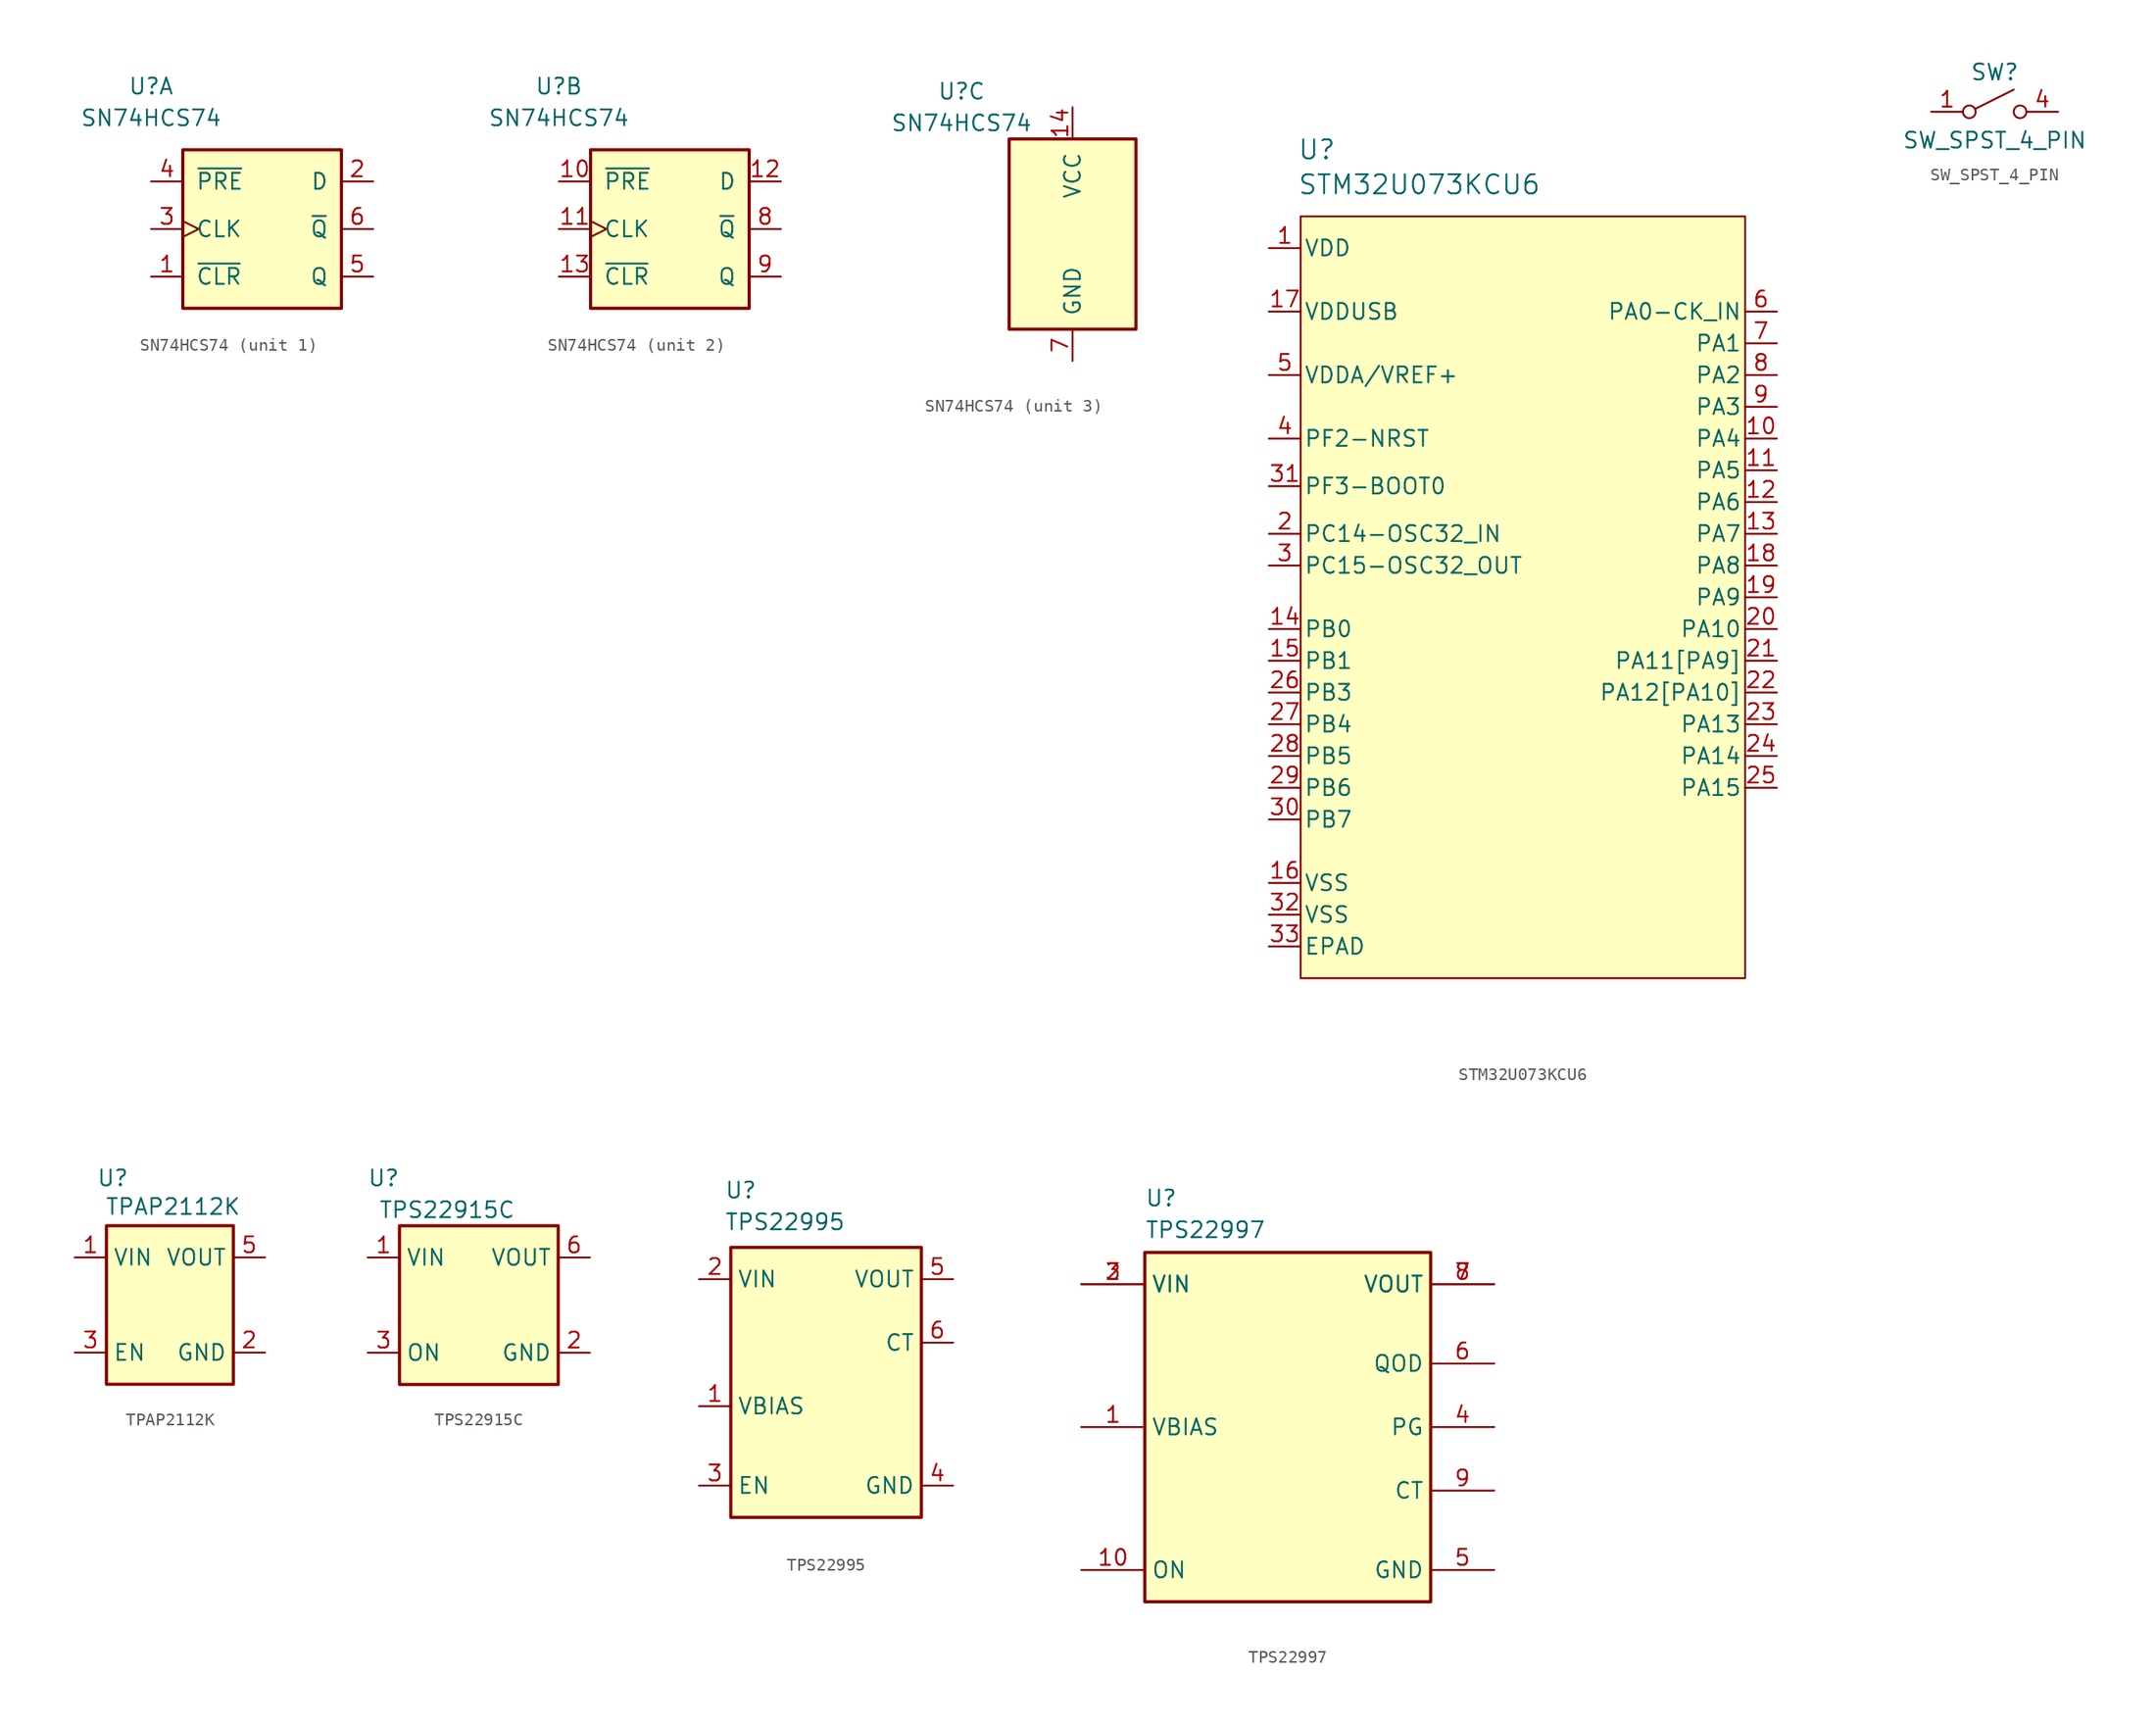
<source format=kicad_sym>
(kicad_symbol_lib
  (version 20241209)
  (generator "kicad_symbol_editor")
  (generator_version "9.0")
  (symbol "SN74HCS74"
    (pin_names
      (offset 1.016))
    (property "Reference" "U"
      (at -8.89 11.43 0)
      (effects (font (size 1.27 1.27))))
    (property "Value" "SN74HCS74"
      (at -8.89 8.89 0)
      (effects (font (size 1.27 1.27))))
    (property "ki_locked" ""
      (at 0 0 0)
      (effects (font (size 1.27 1.27))))
    (symbol "SN74HCS74_1_0"
      (pin input line (at -8.89 3.81 0) (length 2.54) (name "~{PRE}" (effects (font (size 1.27 1.27)))) (number "4" (effects (font (size 1.27 1.27)))))
      (pin input clock (at -8.89 0 0) (length 2.54) (name "CLK" (effects (font (size 1.27 1.27)))) (number "3" (effects (font (size 1.27 1.27)))))
      (pin input line (at -8.89 -3.81 0) (length 2.54) (name "~{CLR}" (effects (font (size 1.27 1.27)))) (number "1" (effects (font (size 1.27 1.27)))))
      (pin input line (at 8.89 3.81 180) (length 2.54) (name "D" (effects (font (size 1.27 1.27)))) (number "2" (effects (font (size 1.27 1.27)))))
      (pin output line (at 8.89 0 180) (length 2.54) (name "~{Q}" (effects (font (size 1.27 1.27)))) (number "6" (effects (font (size 1.27 1.27)))))
      (pin output line (at 8.89 -3.81 180) (length 2.54) (name "Q" (effects (font (size 1.27 1.27)))) (number "5" (effects (font (size 1.27 1.27))))))
    (symbol "SN74HCS74_1_1"
      (rectangle (start -6.35 6.35) (end 6.35 -6.35) (stroke (width 0.254) (type default)) (fill (type background))))
    (symbol "SN74HCS74_2_0"
      (pin input line (at -8.89 3.81 0) (length 2.54) (name "~{PRE}" (effects (font (size 1.27 1.27)))) (number "10" (effects (font (size 1.27 1.27)))))
      (pin input clock (at -8.89 0 0) (length 2.54) (name "CLK" (effects (font (size 1.27 1.27)))) (number "11" (effects (font (size 1.27 1.27)))))
      (pin input line (at -8.89 -3.81 0) (length 2.54) (name "~{CLR}" (effects (font (size 1.27 1.27)))) (number "13" (effects (font (size 1.27 1.27)))))
      (pin input line (at 8.89 3.81 180) (length 2.54) (name "D" (effects (font (size 1.27 1.27)))) (number "12" (effects (font (size 1.27 1.27)))))
      (pin output line (at 8.89 0 180) (length 2.54) (name "~{Q}" (effects (font (size 1.27 1.27)))) (number "8" (effects (font (size 1.27 1.27)))))
      (pin output line (at 8.89 -3.81 180) (length 2.54) (name "Q" (effects (font (size 1.27 1.27)))) (number "9" (effects (font (size 1.27 1.27))))))
    (symbol "SN74HCS74_2_1"
      (rectangle (start -6.35 6.35) (end 6.35 -6.35) (stroke (width 0.254) (type default)) (fill (type background))))
    (symbol "SN74HCS74_3_0"
      (pin power_in line (at 0 10.16 270) (length 2.54) (name "VCC" (effects (font (size 1.27 1.27)))) (number "14" (effects (font (size 1.27 1.27)))))
      (pin power_in line (at 0 -10.16 90) (length 2.54) (name "GND" (effects (font (size 1.27 1.27)))) (number "7" (effects (font (size 1.27 1.27))))))
    (symbol "SN74HCS74_3_1"
      (rectangle (start -5.08 7.62) (end 5.08 -7.62) (stroke (width 0.254) (type default)) (fill (type background)))))
  (symbol "STM32U073KCU6"
    (pin_names
      (offset 0.254))
    (property "Reference" "U"
      (at -18.034 35.814 0)
      (effects (font (size 1.524 1.524)) (justify left)))
    (property "Value" "STM32U073KCU6"
      (at -18.034 33.02 0)
      (effects (font (size 1.524 1.524)) (justify left)))
    (symbol "STM32U073KCU6_0_1"
      (pin power_in line (at -20.32 27.94 0) (length 2.54) (name "VDD" (effects (font (size 1.27 1.27)))) (number "1" (effects (font (size 1.27 1.27)))))
      (pin power_in line (at -20.32 22.86 0) (length 2.54) (name "VDDUSB" (effects (font (size 1.27 1.27)))) (number "17" (effects (font (size 1.27 1.27)))))
      (pin power_in line (at -20.32 17.78 0) (length 2.54) (name "VDDA/VREF+" (effects (font (size 1.27 1.27)))) (number "5" (effects (font (size 1.27 1.27)))))
      (pin bidirectional line (at -20.32 12.7 0) (length 2.54) (name "PF2-NRST" (effects (font (size 1.27 1.27)))) (number "4" (effects (font (size 1.27 1.27)))))
      (pin bidirectional line (at -20.32 8.89 0) (length 2.54) (name "PF3-BOOT0" (effects (font (size 1.27 1.27)))) (number "31" (effects (font (size 1.27 1.27)))))
      (pin bidirectional line (at -20.32 5.08 0) (length 2.54) (name "PC14-OSC32_IN" (effects (font (size 1.27 1.27)))) (number "2" (effects (font (size 1.27 1.27)))))
      (pin bidirectional line (at -20.32 2.54 0) (length 2.54) (name "PC15-OSC32_OUT" (effects (font (size 1.27 1.27)))) (number "3" (effects (font (size 1.27 1.27)))))
      (pin bidirectional line (at -20.32 -2.54 0) (length 2.54) (name "PB0" (effects (font (size 1.27 1.27)))) (number "14" (effects (font (size 1.27 1.27)))))
      (pin bidirectional line (at -20.32 -5.08 0) (length 2.54) (name "PB1" (effects (font (size 1.27 1.27)))) (number "15" (effects (font (size 1.27 1.27)))))
      (pin bidirectional line (at -20.32 -7.62 0) (length 2.54) (name "PB3" (effects (font (size 1.27 1.27)))) (number "26" (effects (font (size 1.27 1.27)))))
      (pin bidirectional line (at -20.32 -10.16 0) (length 2.54) (name "PB4" (effects (font (size 1.27 1.27)))) (number "27" (effects (font (size 1.27 1.27)))))
      (pin bidirectional line (at -20.32 -12.7 0) (length 2.54) (name "PB5" (effects (font (size 1.27 1.27)))) (number "28" (effects (font (size 1.27 1.27)))))
      (pin bidirectional line (at -20.32 -15.24 0) (length 2.54) (name "PB6" (effects (font (size 1.27 1.27)))) (number "29" (effects (font (size 1.27 1.27)))))
      (pin bidirectional line (at -20.32 -17.78 0) (length 2.54) (name "PB7" (effects (font (size 1.27 1.27)))) (number "30" (effects (font (size 1.27 1.27)))))
      (pin power_in line (at -20.32 -22.86 0) (length 2.54) (name "VSS" (effects (font (size 1.27 1.27)))) (number "16" (effects (font (size 1.27 1.27)))))
      (pin power_in line (at -20.32 -25.4 0) (length 2.54) (name "VSS" (effects (font (size 1.27 1.27)))) (number "32" (effects (font (size 1.27 1.27)))))
      (pin bidirectional line (at 20.32 22.86 180) (length 2.54) (name "PA0-CK_IN" (effects (font (size 1.27 1.27)))) (number "6" (effects (font (size 1.27 1.27)))))
      (pin bidirectional line (at 20.32 20.32 180) (length 2.54) (name "PA1" (effects (font (size 1.27 1.27)))) (number "7" (effects (font (size 1.27 1.27)))))
      (pin bidirectional line (at 20.32 17.78 180) (length 2.54) (name "PA2" (effects (font (size 1.27 1.27)))) (number "8" (effects (font (size 1.27 1.27)))))
      (pin bidirectional line (at 20.32 15.24 180) (length 2.54) (name "PA3" (effects (font (size 1.27 1.27)))) (number "9" (effects (font (size 1.27 1.27)))))
      (pin bidirectional line (at 20.32 12.7 180) (length 2.54) (name "PA4" (effects (font (size 1.27 1.27)))) (number "10" (effects (font (size 1.27 1.27)))))
      (pin bidirectional line (at 20.32 10.16 180) (length 2.54) (name "PA5" (effects (font (size 1.27 1.27)))) (number "11" (effects (font (size 1.27 1.27)))))
      (pin bidirectional line (at 20.32 7.62 180) (length 2.54) (name "PA6" (effects (font (size 1.27 1.27)))) (number "12" (effects (font (size 1.27 1.27)))))
      (pin bidirectional line (at 20.32 5.08 180) (length 2.54) (name "PA7" (effects (font (size 1.27 1.27)))) (number "13" (effects (font (size 1.27 1.27)))))
      (pin bidirectional line (at 20.32 2.54 180) (length 2.54) (name "PA8" (effects (font (size 1.27 1.27)))) (number "18" (effects (font (size 1.27 1.27)))))
      (pin bidirectional line (at 20.32 0 180) (length 2.54) (name "PA9" (effects (font (size 1.27 1.27)))) (number "19" (effects (font (size 1.27 1.27)))))
      (pin bidirectional line (at 20.32 -2.54 180) (length 2.54) (name "PA10" (effects (font (size 1.27 1.27)))) (number "20" (effects (font (size 1.27 1.27)))))
      (pin bidirectional line (at 20.32 -5.08 180) (length 2.54) (name "PA11[PA9]" (effects (font (size 1.27 1.27)))) (number "21" (effects (font (size 1.27 1.27)))))
      (pin bidirectional line (at 20.32 -7.62 180) (length 2.54) (name "PA12[PA10]" (effects (font (size 1.27 1.27)))) (number "22" (effects (font (size 1.27 1.27)))))
      (pin bidirectional line (at 20.32 -10.16 180) (length 2.54) (name "PA13" (effects (font (size 1.27 1.27)))) (number "23" (effects (font (size 1.27 1.27)))))
      (pin bidirectional line (at 20.32 -12.7 180) (length 2.54) (name "PA14" (effects (font (size 1.27 1.27)))) (number "24" (effects (font (size 1.27 1.27)))))
      (pin bidirectional line (at 20.32 -15.24 180) (length 2.54) (name "PA15" (effects (font (size 1.27 1.27)))) (number "25" (effects (font (size 1.27 1.27))))))
    (symbol "STM32U073KCU6_1_1"
      (rectangle (start -17.78 30.48) (end 17.78 -30.48) (stroke (width 0) (type default)) (fill (type background)))
      (pin passive line (at -20.32 -27.94 0) (length 2.54) (name "EPAD" (effects (font (size 1.27 1.27)))) (number "33" (effects (font (size 1.27 1.27)))))))
  (symbol "SW_SPST_4_PIN"
    (pin_names
      (offset 0)
      (hide yes))
    (property "Reference" "SW"
      (at 0 3.175 0)
      (effects (font (size 1.27 1.27))))
    (property "Value" "SW_SPST_4_PIN"
      (at 0 -2.286 0)
      (effects (font (size 1.27 1.27))))
    (symbol "SW_SPST_4_PIN_0_0"
      (circle (center -2.032 0) (radius 0.508) (stroke (width 0) (type default)) (fill (type none)))
      (polyline (pts (xy -1.524 0.254) (xy 1.524 1.778)) (stroke (width 0) (type default)) (fill (type none)))
      (circle (center 2.032 0) (radius 0.508) (stroke (width 0) (type default)) (fill (type none))))
    (symbol "SW_SPST_4_PIN_1_1"
      (pin passive line (at -5.08 0 0) (length 2.54) (name "A" (effects (font (size 1.27 1.27)))) (number "1" (effects (font (size 1.27 1.27)))))
      (pin passive line (at -5.08 0 0) (length 2.54) (hide yes) (name "A" (effects (font (size 1.27 1.27)))) (number "2" (effects (font (size 1.27 1.27)))))
      (pin passive line (at 5.08 0 180) (length 2.54) (hide yes) (name "B" (effects (font (size 1.27 1.27)))) (number "3" (effects (font (size 1.27 1.27)))))
      (pin passive line (at 5.08 0 180) (length 2.54) (name "B" (effects (font (size 1.27 1.27)))) (number "4" (effects (font (size 1.27 1.27)))))))
  (symbol "TPAP2112K"
    (property "Reference" "U"
      (at -4.572 10.16 0)
      (effects (font (size 1.27 1.27))))
    (property "Value" "TPAP2112K"
      (at 0.254 7.874 0)
      (effects (font (size 1.27 1.27))))
    (symbol "TPAP2112K_0_1"
      (rectangle (start -5.08 6.35) (end 5.08 -6.35) (stroke (width 0.254) (type default)) (fill (type background))))
    (symbol "TPAP2112K_1_1"
      (pin power_in line (at -7.62 3.81 0) (length 2.54) (name "VIN" (effects (font (size 1.27 1.27)))) (number "1" (effects (font (size 1.27 1.27)))))
      (pin input line (at -7.62 -3.81 0) (length 2.54) (name "EN" (effects (font (size 1.27 1.27)))) (number "3" (effects (font (size 1.27 1.27)))))
      (pin no_connect line (at 5.08 0 180) (length 2.54) (hide yes) (name "NC" (effects (font (size 1.27 1.27)))) (number "4" (effects (font (size 1.27 1.27)))))
      (pin power_out line (at 7.62 3.81 180) (length 2.54) (name "VOUT" (effects (font (size 1.27 1.27)))) (number "5" (effects (font (size 1.27 1.27)))))
      (pin power_in line (at 7.62 -3.81 180) (length 2.54) (name "GND" (effects (font (size 1.27 1.27)))) (number "2" (effects (font (size 1.27 1.27)))))))
  (symbol "TPS22915C"
    (property "Reference" "U"
      (at -7.62 8.89 0)
      (effects (font (size 1.27 1.27))))
    (property "Value" "TPS22915C"
      (at -2.54 6.35 0)
      (effects (font (size 1.27 1.27))))
    (symbol "TPS22915C_0_1"
      (rectangle (start -6.35 5.08) (end 6.35 -7.62) (stroke (width 0.254) (type default)) (fill (type background))))
    (symbol "TPS22915C_1_1"
      (pin power_in line (at -8.89 2.54 0) (length 2.54) (name "VIN" (effects (font (size 1.27 1.27)))) (number "1" (effects (font (size 1.27 1.27)))))
      (pin input line (at -8.89 -5.08 0) (length 2.54) (name "ON" (effects (font (size 1.27 1.27)))) (number "3" (effects (font (size 1.27 1.27)))))
      (pin power_out line (at 8.89 2.54 180) (length 2.54) (name "VOUT" (effects (font (size 1.27 1.27)))) (number "6" (effects (font (size 1.27 1.27)))))
      (pin power_in line (at 8.89 -5.08 180) (length 2.54) (name "GND" (effects (font (size 1.27 1.27)))) (number "2" (effects (font (size 1.27 1.27)))))))
  (symbol "TPS22995"
    (property "Reference" "U"
      (at -8.128 14.732 0)
      (effects (font (size 1.27 1.27)) (justify left)))
    (property "Value" "TPS22995"
      (at -8.128 12.192 0)
      (effects (font (size 1.27 1.27)) (justify left)))
    (symbol "TPS22995_0_1"
      (rectangle (start -7.62 10.16) (end 7.62 -11.43) (stroke (width 0.254) (type default)) (fill (type background))))
    (symbol "TPS22995_1_1"
      (pin power_in line (at -10.16 7.62 0) (length 2.54) (name "VIN" (effects (font (size 1.27 1.27)))) (number "2" (effects (font (size 1.27 1.27)))))
      (pin input line (at -10.16 -2.54 0) (length 2.54) (name "VBIAS" (effects (font (size 1.27 1.27)))) (number "1" (effects (font (size 1.27 1.27)))))
      (pin input line (at -10.16 -8.89 0) (length 2.54) (name "EN" (effects (font (size 1.27 1.27)))) (number "3" (effects (font (size 1.27 1.27)))))
      (pin power_out line (at 10.16 7.62 180) (length 2.54) (name "VOUT" (effects (font (size 1.27 1.27)))) (number "5" (effects (font (size 1.27 1.27)))))
      (pin passive line (at 10.16 2.54 180) (length 2.54) (name "CT" (effects (font (size 1.27 1.27)))) (number "6" (effects (font (size 1.27 1.27)))))
      (pin power_in line (at 10.16 -8.89 180) (length 2.54) (name "GND" (effects (font (size 1.27 1.27)))) (number "4" (effects (font (size 1.27 1.27)))))))
  (symbol "TPS22997"
    (property "Reference" "U"
      (at -11.43 19.05 0)
      (effects (font (size 1.27 1.27)) (justify left top)))
    (property "Value" "TPS22997"
      (at -11.43 16.51 0)
      (effects (font (size 1.27 1.27)) (justify left top)))
    (symbol "TPS22997_1_1"
      (rectangle (start -11.43 13.97) (end 11.43 -13.97) (stroke (width 0.254) (type default)) (fill (type background)))
      (pin power_in line (at -16.51 11.43 0) (length 5.08) (name "VIN" (effects (font (size 1.27 1.27)))) (number "2" (effects (font (size 1.27 1.27)))))
      (pin power_in line (at -16.51 11.43 0) (length 5.08) (name "VIN" (effects (font (size 1.27 1.27)))) (number "3" (effects (font (size 1.27 1.27)))))
      (pin power_in line (at -16.51 0 0) (length 5.08) (name "VBIAS" (effects (font (size 1.27 1.27)))) (number "1" (effects (font (size 1.27 1.27)))))
      (pin input line (at -16.51 -11.43 0) (length 5.08) (name "ON" (effects (font (size 1.27 1.27)))) (number "10" (effects (font (size 1.27 1.27)))))
      (pin passive line (at 16.51 11.43 180) (length 5.08) (name "VOUT" (effects (font (size 1.27 1.27)))) (number "7" (effects (font (size 1.27 1.27)))))
      (pin passive line (at 16.51 11.43 180) (length 5.08) (name "VOUT" (effects (font (size 1.27 1.27)))) (number "8" (effects (font (size 1.27 1.27)))))
      (pin passive line (at 16.51 5.08 180) (length 5.08) (name "QOD" (effects (font (size 1.27 1.27)))) (number "6" (effects (font (size 1.27 1.27)))))
      (pin power_out line (at 16.51 0 180) (length 5.08) (name "PG" (effects (font (size 1.27 1.27)))) (number "4" (effects (font (size 1.27 1.27)))))
      (pin passive line (at 16.51 -5.08 180) (length 5.08) (name "CT" (effects (font (size 1.27 1.27)))) (number "9" (effects (font (size 1.27 1.27)))))
      (pin passive line (at 16.51 -11.43 180) (length 5.08) (name "GND" (effects (font (size 1.27 1.27)))) (number "5" (effects (font (size 1.27 1.27))))))))
</source>
